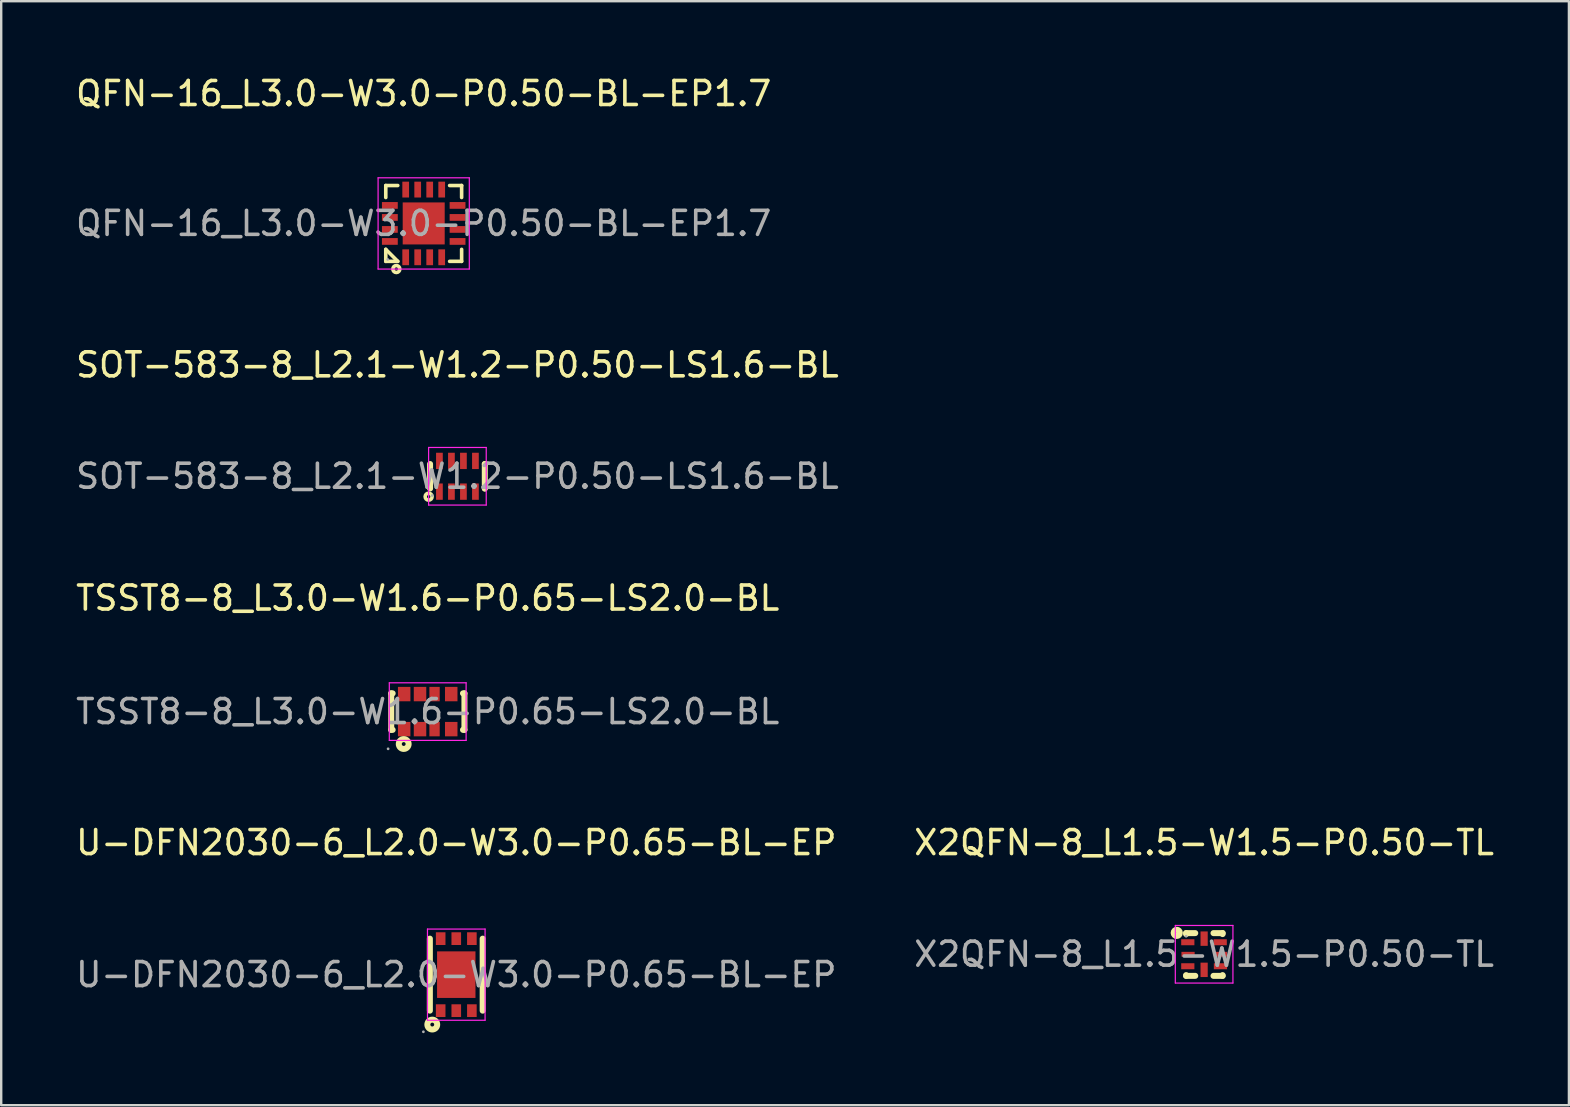
<source format=kicad_pcb>
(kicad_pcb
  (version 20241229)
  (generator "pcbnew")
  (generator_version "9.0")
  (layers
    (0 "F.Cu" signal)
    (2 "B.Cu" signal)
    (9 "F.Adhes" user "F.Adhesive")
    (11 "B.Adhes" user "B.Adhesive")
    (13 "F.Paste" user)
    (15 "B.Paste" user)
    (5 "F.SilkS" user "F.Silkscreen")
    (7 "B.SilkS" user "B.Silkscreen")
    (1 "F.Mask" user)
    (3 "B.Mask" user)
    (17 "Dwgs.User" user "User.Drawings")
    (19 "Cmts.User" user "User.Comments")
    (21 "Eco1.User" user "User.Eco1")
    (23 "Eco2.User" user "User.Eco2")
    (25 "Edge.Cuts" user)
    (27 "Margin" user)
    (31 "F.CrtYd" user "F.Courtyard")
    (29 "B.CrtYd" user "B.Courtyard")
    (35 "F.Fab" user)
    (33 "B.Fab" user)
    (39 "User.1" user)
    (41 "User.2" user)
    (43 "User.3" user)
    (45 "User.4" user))
  (footprint "U-DFN2030-6_L2.0-W3.0-P0.65-BL-EP"
    (layer "F.Cu")
    (at 15.958 37.553)
    (property "Reference" "U-DFN2030-6_L2.0-W3.0-P0.65-BL-EP" (at 0 -5.5 0) (layer "F.SilkS") (effects (font (size 1 1) (thickness 0.15))))
    (attr smd)
    (fp_line (start -1.1 -1.5) (end -1.1 1.5) (stroke (width 0.25) (type solid)) (layer "F.SilkS"))
    (fp_line (start 1.1 -1.5) (end 1.1 1.5) (stroke (width 0.25) (type solid)) (layer "F.SilkS"))
    (fp_circle (center -1 2.08) (end -0.92 2.08) (stroke (width 0.25) (type solid)) (fill no) (layer "F.SilkS"))
    (fp_line (start -1.2 -1.9) (end 1.2 -1.9) (stroke (width 0.05) (type default)) (layer "F.CrtYd"))
    (fp_line (start -1.2 1.9) (end -1.2 -1.9) (stroke (width 0.05) (type default)) (layer "F.CrtYd"))
    (fp_line (start 1.2 -1.9) (end 1.2 1.9) (stroke (width 0.05) (type default)) (layer "F.CrtYd"))
    (fp_line (start 1.2 1.9) (end -1.2 1.9) (stroke (width 0.05) (type default)) (layer "F.CrtYd"))
    (fp_circle (center -1.37 2.38) (end -1.34 2.38) (stroke (width 0.06) (type solid)) (fill no) (layer "F.Fab"))
    (fp_text user "${REFERENCE}" (at 0 0 0) (layer "F.Fab") (effects (font (size 1 1) (thickness 0.15))))
    (pad "1" smd rect (at -0.65 1.5) (size 0.4 0.53) (layers "F.Cu" "F.Mask" "F.Paste"))
    (pad "2" smd rect (at 0 1.5) (size 0.4 0.53) (layers "F.Cu" "F.Mask" "F.Paste"))
    (pad "3" smd rect (at 0.65 1.5) (size 0.4 0.53) (layers "F.Cu" "F.Mask" "F.Paste"))
    (pad "4" smd rect (at 0.65 -1.5) (size 0.4 0.53) (layers "F.Cu" "F.Mask" "F.Paste"))
    (pad "5" smd rect (at 0 -1.5) (size 0.4 0.53) (layers "F.Cu" "F.Mask" "F.Paste"))
    (pad "6" smd rect (at -0.65 -1.5) (size 0.4 0.53) (layers "F.Cu" "F.Mask" "F.Paste"))
    (pad "7" smd rect (at 0 0 180) (size 1.6 1.94) (layers "F.Cu" "F.Mask" "F.Paste")))
  (footprint "TSST8-8_L3.0-W1.6-P0.65-LS2.0-BL"
    (layer "F.Cu")
    (at 14.768 26.595)
    (property "Reference" "TSST8-8_L3.0-W1.6-P0.65-LS2.0-BL" (at 0 -4.73 0) (layer "F.SilkS") (effects (font (size 1 1) (thickness 0.15))))
    (attr smd)
    (fp_line (start -1.52 -0.76) (end -1.46 -0.76) (stroke (width 0.25) (type solid)) (layer "F.SilkS"))
    (fp_line (start -1.52 0.76) (end -1.52 -0.76) (stroke (width 0.25) (type solid)) (layer "F.SilkS"))
    (fp_line (start -1.46 0.76) (end -1.52 0.76) (stroke (width 0.25) (type solid)) (layer "F.SilkS"))
    (fp_line (start 1.47 -0.76) (end 1.53 -0.76) (stroke (width 0.25) (type solid)) (layer "F.SilkS"))
    (fp_line (start 1.53 -0.76) (end 1.53 0.76) (stroke (width 0.25) (type solid)) (layer "F.SilkS"))
    (fp_line (start 1.53 0.76) (end 1.47 0.76) (stroke (width 0.25) (type solid)) (layer "F.SilkS"))
    (fp_circle (center -1 1.35) (end -0.92 1.35) (stroke (width 0.25) (type solid)) (fill no) (layer "F.SilkS"))
    (fp_line (start -1.6 -1.2) (end 1.6 -1.2) (stroke (width 0.05) (type default)) (layer "F.CrtYd"))
    (fp_line (start -1.6 1.2) (end -1.6 -1.2) (stroke (width 0.05) (type default)) (layer "F.CrtYd"))
    (fp_line (start 1.6 -1.2) (end 1.6 1.2) (stroke (width 0.05) (type default)) (layer "F.CrtYd"))
    (fp_line (start 1.6 1.2) (end -1.6 1.2) (stroke (width 0.05) (type default)) (layer "F.CrtYd"))
    (fp_circle (center -1.65 1.55) (end -1.62 1.55) (stroke (width 0.06) (type solid)) (fill no) (layer "F.Fab"))
    (fp_text user "${REFERENCE}" (at 0 0 0) (layer "F.Fab") (effects (font (size 1 1) (thickness 0.15))))
    (pad "1" smd rect (at -0.98 0.73) (size 0.52 0.6) (layers "F.Cu" "F.Mask" "F.Paste"))
    (pad "2" smd rect (at -0.32 0.73) (size 0.52 0.6) (layers "F.Cu" "F.Mask" "F.Paste"))
    (pad "3" smd rect (at 0.285 0.73) (size 0.43 0.6) (layers "F.Cu" "F.Mask" "F.Paste"))
    (pad "4" smd rect (at 0.98 0.73) (size 0.52 0.6) (layers "F.Cu" "F.Mask" "F.Paste"))
    (pad "5" smd rect (at 0.98 -0.73) (size 0.52 0.6) (layers "F.Cu" "F.Mask" "F.Paste"))
    (pad "6" smd rect (at 0.285 -0.73) (size 0.43 0.6) (layers "F.Cu" "F.Mask" "F.Paste"))
    (pad "7" smd rect (at -0.32 -0.73) (size 0.52 0.6) (layers "F.Cu" "F.Mask" "F.Paste"))
    (pad "8" smd rect (at -0.98 -0.73) (size 0.52 0.6) (layers "F.Cu" "F.Mask" "F.Paste")))
  (footprint "X2QFN-8_L1.5-W1.5-P0.50-TL"
    (layer "F.Cu")
    (at 47.113 36.703)
    (property "Reference" "X2QFN-8_L1.5-W1.5-P0.50-TL" (at 0 -4.65 0) (layer "F.SilkS") (effects (font (size 1 1) (thickness 0.15))))
    (attr smd)
    (fp_line (start -0.75 -0.88) (end -0.75 -0.84) (stroke (width 0.25) (type solid)) (layer "F.SilkS"))
    (fp_line (start -0.75 0.87) (end -0.75 0.9) (stroke (width 0.25) (type solid)) (layer "F.SilkS"))
    (fp_line (start -0.75 0.9) (end -0.37 0.9) (stroke (width 0.25) (type solid)) (layer "F.SilkS"))
    (fp_line (start -0.37 -0.88) (end -0.75 -0.88) (stroke (width 0.25) (type solid)) (layer "F.SilkS"))
    (fp_line (start 0.39 0.9) (end 0.77 0.9) (stroke (width 0.25) (type solid)) (layer "F.SilkS"))
    (fp_line (start 0.77 -0.88) (end 0.39 -0.88) (stroke (width 0.25) (type solid)) (layer "F.SilkS"))
    (fp_line (start 0.77 -0.84) (end 0.77 -0.88) (stroke (width 0.25) (type solid)) (layer "F.SilkS"))
    (fp_line (start 0.77 0.9) (end 0.77 0.87) (stroke (width 0.25) (type solid)) (layer "F.SilkS"))
    (fp_circle (center -1.14 -0.89) (end -1.01 -0.89) (stroke (width 0.25) (type solid)) (fill no) (layer "F.SilkS"))
    (fp_line (start -1.2 -1.2) (end 1.2 -1.2) (stroke (width 0.05) (type default)) (layer "F.CrtYd"))
    (fp_line (start -1.2 1.2) (end -1.2 -1.2) (stroke (width 0.05) (type default)) (layer "F.CrtYd"))
    (fp_line (start 1.2 -1.2) (end 1.2 1.2) (stroke (width 0.05) (type default)) (layer "F.CrtYd"))
    (fp_line (start 1.2 1.2) (end -1.2 1.2) (stroke (width 0.05) (type default)) (layer "F.CrtYd"))
    (fp_circle (center -0.75 -0.75) (end -0.72 -0.75) (stroke (width 0.06) (type solid)) (fill no) (layer "F.Fab"))
    (fp_text user "${REFERENCE}" (at 0 0 0) (layer "F.Fab") (effects (font (size 1 1) (thickness 0.15))))
    (pad "1" smd rect (at -0.68 -0.5 180) (size 0.55 0.25) (layers "F.Cu" "F.Mask" "F.Paste"))
    (pad "2" smd rect (at -0.67 0 180) (size 0.55 0.2) (layers "F.Cu" "F.Mask" "F.Paste"))
    (pad "3" smd rect (at -0.68 0.5 180) (size 0.55 0.25) (layers "F.Cu" "F.Mask" "F.Paste"))
    (pad "4" smd rect (at 0 0.65 270) (size 0.6 0.3) (layers "F.Cu" "F.Mask" "F.Paste"))
    (pad "5" smd rect (at 0.68 0.5 180) (size 0.55 0.25) (layers "F.Cu" "F.Mask" "F.Paste"))
    (pad "6" smd rect (at 0.68 0 180) (size 0.55 0.2) (layers "F.Cu" "F.Mask" "F.Paste"))
    (pad "7" smd rect (at 0.67 -0.5 180) (size 0.55 0.25) (layers "F.Cu" "F.Mask" "F.Paste"))
    (pad "8" smd rect (at 0 -0.65 270) (size 0.6 0.3) (layers "F.Cu" "F.Mask" "F.Paste")))
  (footprint "SOT-583-8_L2.1-W1.2-P0.50-LS1.6-BL"
    (layer "F.Cu")
    (at 16.006 16.791)
    (property "Reference" "SOT-583-8_L2.1-W1.2-P0.50-LS1.6-BL" (at 0 -4.64 0) (layer "F.SilkS") (effects (font (size 1 1) (thickness 0.15))))
    (attr smd)
    (fp_line (start -1.14 -0.51) (end -1.14 0.51) (stroke (width 0.25) (type solid)) (layer "F.SilkS"))
    (fp_line (start 1.14 -0.51) (end 1.14 -0.51) (stroke (width 0.25) (type solid)) (layer "F.SilkS"))
    (fp_line (start 1.14 0.51) (end 1.14 -0.51) (stroke (width 0.25) (type solid)) (layer "F.SilkS"))
    (fp_line (start 1.14 0.51) (end 1.14 0.51) (stroke (width 0.25) (type solid)) (layer "F.SilkS"))
    (fp_circle (center -1.2 0.85) (end -1.13 0.85) (stroke (width 0.15) (type solid)) (fill no) (layer "F.SilkS"))
    (fp_line (start -1.2 -1.2) (end 1.2 -1.2) (stroke (width 0.05) (type default)) (layer "F.CrtYd"))
    (fp_line (start -1.2 1.2) (end -1.2 -1.2) (stroke (width 0.05) (type default)) (layer "F.CrtYd"))
    (fp_line (start 1.2 -1.2) (end 1.2 1.2) (stroke (width 0.05) (type default)) (layer "F.CrtYd"))
    (fp_line (start 1.2 1.2) (end -1.2 1.2) (stroke (width 0.05) (type default)) (layer "F.CrtYd"))
    (fp_circle (center -1.05 0.8) (end -1.02 0.8) (stroke (width 0.06) (type solid)) (fill no) (layer "F.Fab"))
    (fp_text user "${REFERENCE}" (at 0 0 0) (layer "F.Fab") (effects (font (size 1 1) (thickness 0.15))))
    (pad "1" smd rect (at -0.75 0.64) (size 0.28 0.68) (layers "F.Cu" "F.Mask" "F.Paste"))
    (pad "2" smd rect (at -0.25 0.64) (size 0.28 0.68) (layers "F.Cu" "F.Mask" "F.Paste"))
    (pad "3" smd rect (at 0.25 0.64) (size 0.28 0.68) (layers "F.Cu" "F.Mask" "F.Paste"))
    (pad "4" smd rect (at 0.75 0.64) (size 0.28 0.68) (layers "F.Cu" "F.Mask" "F.Paste"))
    (pad "5" smd rect (at 0.75 -0.64) (size 0.28 0.68) (layers "F.Cu" "F.Mask" "F.Paste"))
    (pad "6" smd rect (at 0.25 -0.64) (size 0.28 0.68) (layers "F.Cu" "F.Mask" "F.Paste"))
    (pad "7" smd rect (at -0.25 -0.64) (size 0.28 0.68) (layers "F.Cu" "F.Mask" "F.Paste"))
    (pad "8" smd rect (at -0.75 -0.64) (size 0.28 0.68) (layers "F.Cu" "F.Mask" "F.Paste")))
  (footprint "QFN-16_L3.0-W3.0-P0.50-BL-EP1.7"
    (layer "F.Cu")
    (at 14.601 6.258)
    (property "Reference" "QFN-16_L3.0-W3.0-P0.50-BL-EP1.7" (at 0 -5.41 0) (layer "F.SilkS") (effects (font (size 1 1) (thickness 0.15))))
    (attr smd)
    (fp_line (start -1.58 -1.58) (end -1.08 -1.58) (stroke (width 0.15) (type solid)) (layer "F.SilkS"))
    (fp_line (start -1.58 -1.08) (end -1.58 -1.58) (stroke (width 0.15) (type solid)) (layer "F.SilkS"))
    (fp_line (start -1.58 1.08) (end -1.58 1.58) (stroke (width 0.15) (type solid)) (layer "F.SilkS"))
    (fp_line (start -1.58 1.58) (end -1.08 1.58) (stroke (width 0.15) (type solid)) (layer "F.SilkS"))
    (fp_line (start -1.08 1.58) (end -1.58 1.08) (stroke (width 0.15) (type solid)) (layer "F.SilkS"))
    (fp_line (start 1.58 -1.58) (end 1.08 -1.58) (stroke (width 0.15) (type solid)) (layer "F.SilkS"))
    (fp_line (start 1.58 -1.08) (end 1.58 -1.58) (stroke (width 0.15) (type solid)) (layer "F.SilkS"))
    (fp_line (start 1.58 1.08) (end 1.58 1.58) (stroke (width 0.15) (type solid)) (layer "F.SilkS"))
    (fp_line (start 1.58 1.58) (end 1.08 1.58) (stroke (width 0.15) (type solid)) (layer "F.SilkS"))
    (fp_circle (center -1.14 1.9) (end -1.07 1.9) (stroke (width 0.15) (type solid)) (fill no) (layer "F.SilkS"))
    (fp_line (start -1.9 -1.9) (end 1.9 -1.9) (stroke (width 0.05) (type default)) (layer "F.CrtYd"))
    (fp_line (start -1.9 1.9) (end -1.9 -1.9) (stroke (width 0.05) (type default)) (layer "F.CrtYd"))
    (fp_line (start 1.9 -1.9) (end 1.9 1.9) (stroke (width 0.05) (type default)) (layer "F.CrtYd"))
    (fp_line (start 1.9 1.9) (end -1.9 1.9) (stroke (width 0.05) (type default)) (layer "F.CrtYd"))
    (fp_circle (center -1.5 1.5) (end -1.47 1.5) (stroke (width 0.06) (type solid)) (fill no) (layer "F.Fab"))
    (fp_text user "${REFERENCE}" (at 0 0 0) (layer "F.Fab") (effects (font (size 1 1) (thickness 0.15))))
    (pad "1" smd rect (at -0.75 1.41) (size 0.28 0.66) (layers "F.Cu" "F.Mask" "F.Paste"))
    (pad "2" smd rect (at -0.25 1.41) (size 0.28 0.66) (layers "F.Cu" "F.Mask" "F.Paste"))
    (pad "3" smd rect (at 0.25 1.41) (size 0.28 0.66) (layers "F.Cu" "F.Mask" "F.Paste"))
    (pad "4" smd rect (at 0.75 1.41) (size 0.28 0.66) (layers "F.Cu" "F.Mask" "F.Paste"))
    (pad "5" smd rect (at 1.41 0.75) (size 0.66 0.28) (layers "F.Cu" "F.Mask" "F.Paste"))
    (pad "6" smd rect (at 1.41 0.25) (size 0.66 0.28) (layers "F.Cu" "F.Mask" "F.Paste"))
    (pad "7" smd rect (at 1.41 -0.25) (size 0.66 0.28) (layers "F.Cu" "F.Mask" "F.Paste"))
    (pad "8" smd rect (at 1.41 -0.75) (size 0.66 0.28) (layers "F.Cu" "F.Mask" "F.Paste"))
    (pad "9" smd rect (at 0.75 -1.41) (size 0.28 0.66) (layers "F.Cu" "F.Mask" "F.Paste"))
    (pad "10" smd rect (at 0.25 -1.41) (size 0.28 0.66) (layers "F.Cu" "F.Mask" "F.Paste"))
    (pad "11" smd rect (at -0.25 -1.41) (size 0.28 0.66) (layers "F.Cu" "F.Mask" "F.Paste"))
    (pad "12" smd rect (at -0.75 -1.41) (size 0.28 0.66) (layers "F.Cu" "F.Mask" "F.Paste"))
    (pad "13" smd rect (at -1.41 -0.75) (size 0.66 0.28) (layers "F.Cu" "F.Mask" "F.Paste"))
    (pad "14" smd rect (at -1.41 -0.25) (size 0.66 0.28) (layers "F.Cu" "F.Mask" "F.Paste"))
    (pad "15" smd rect (at -1.41 0.25) (size 0.66 0.28) (layers "F.Cu" "F.Mask" "F.Paste"))
    (pad "16" smd rect (at -1.41 0.75) (size 0.66 0.28) (layers "F.Cu" "F.Mask" "F.Paste"))
    (pad "17" smd rect (at 0 0) (size 1.75 1.75) (layers "F.Cu" "F.Mask" "F.Paste")))
  (gr_rect
    (start -3 -3)
    (end 62.31 42.993)
    (stroke (width 0.1) (type default))
    (fill no)
    (layer "Edge.Cuts")))
</source>
